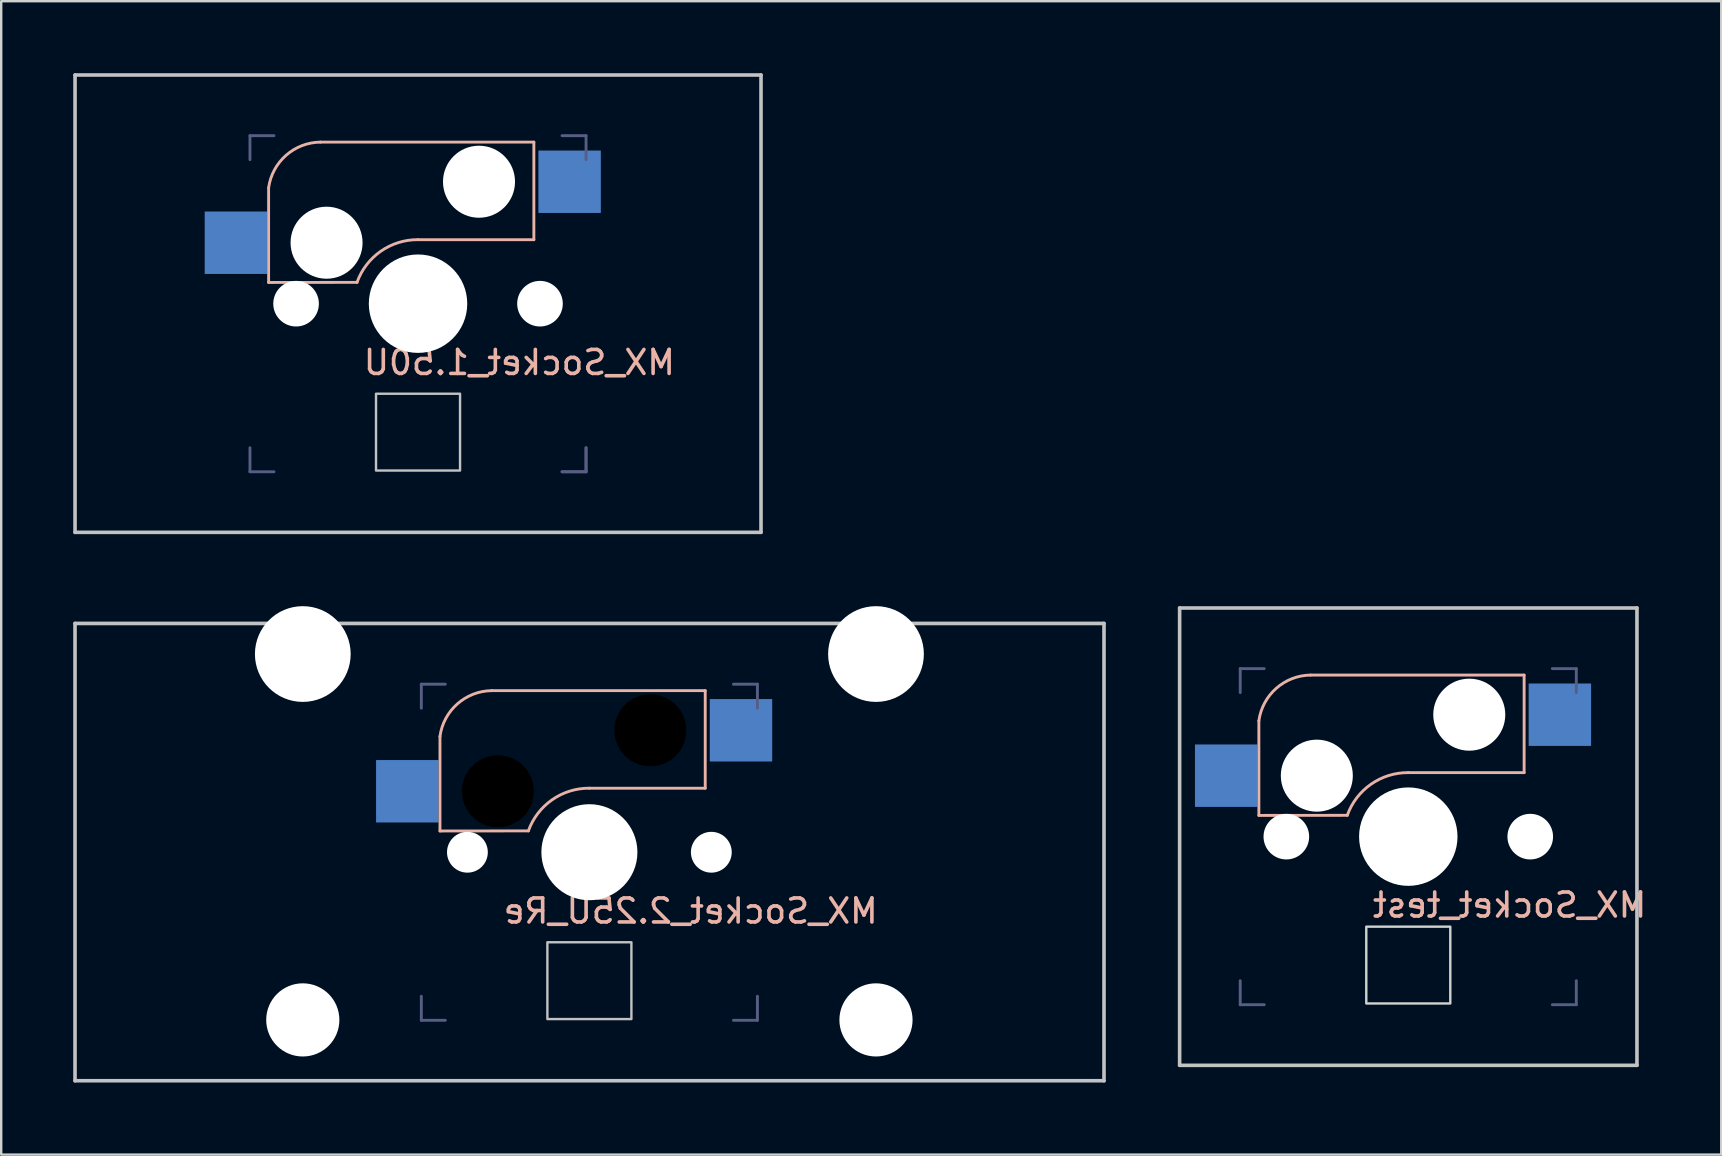
<source format=kicad_pcb>
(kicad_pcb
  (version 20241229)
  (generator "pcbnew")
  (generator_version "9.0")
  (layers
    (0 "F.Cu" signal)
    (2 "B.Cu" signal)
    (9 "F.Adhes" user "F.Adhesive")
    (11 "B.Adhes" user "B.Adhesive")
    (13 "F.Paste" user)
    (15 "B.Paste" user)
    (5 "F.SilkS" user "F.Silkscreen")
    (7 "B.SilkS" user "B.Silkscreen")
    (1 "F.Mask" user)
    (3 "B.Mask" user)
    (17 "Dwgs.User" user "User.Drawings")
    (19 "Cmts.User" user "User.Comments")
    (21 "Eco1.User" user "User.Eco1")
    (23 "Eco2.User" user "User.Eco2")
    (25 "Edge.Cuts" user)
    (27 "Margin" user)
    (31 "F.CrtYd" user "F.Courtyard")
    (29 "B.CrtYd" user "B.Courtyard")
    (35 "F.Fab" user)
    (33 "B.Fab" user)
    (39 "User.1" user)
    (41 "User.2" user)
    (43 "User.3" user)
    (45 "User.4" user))
  (footprint "MX_Socket_test"
    (layer "F.Cu")
    (at 55.612 31.8)
    (property "Reference" "MX_Socket_test" (at 4.22 2.85 0) (unlocked yes) (layer "B.SilkS") (effects (font (size 1 1) (thickness 0.15)) (justify mirror)))
    (attr smd)
    (fp_line (start -6.224 -0.884) (end -6.224 -4.825) (stroke (width 0.12) (type solid)) (layer "B.SilkS"))
    (fp_line (start -6.224 -0.884) (end -2.541 -0.888) (stroke (width 0.12) (type solid)) (layer "B.SilkS"))
    (fp_line (start -0.001 -2.666) (end 4.825 -2.666) (stroke (width 0.12) (type solid)) (layer "B.SilkS"))
    (fp_line (start 4.825 -6.73) (end -4.065 -6.73) (stroke (width 0.12) (type solid)) (layer "B.SilkS"))
    (fp_line (start 4.825 -2.666) (end 4.825 -6.73) (stroke (width 0.12) (type solid)) (layer "B.SilkS"))
    (fp_arc (start -6.224082 -4.825261) (mid -5.498787 -6.179195) (end -4.065082 -6.730261) (stroke (width 0.12) (type solid)) (layer "B.SilkS"))
    (fp_arc (start -2.541082 -0.888261) (mid -1.554773 -2.182533) (end -0.001082 -2.666261) (stroke (width 0.12) (type solid)) (layer "B.SilkS"))
    (fp_line (start -9.525 -9.525) (end 9.525 -9.525) (stroke (width 0.15) (type solid)) (layer "Dwgs.User"))
    (fp_line (start -9.525 9.525) (end -9.525 -9.525) (stroke (width 0.15) (type solid)) (layer "Dwgs.User"))
    (fp_line (start 9.525 -9.525) (end 9.525 9.525) (stroke (width 0.15) (type solid)) (layer "Dwgs.User"))
    (fp_line (start 9.525 9.525) (end -9.525 9.525) (stroke (width 0.15) (type solid)) (layer "Dwgs.User"))
    (fp_rect (start -1.75 3.75) (end 1.75 6.95) (stroke (width 0.1) (type default)) (fill no) (layer "Edge.Cuts"))
    (fp_line (start -7.001 -6.999) (end -6.001 -6.999) (stroke (width 0.12) (type solid)) (layer "B.Fab"))
    (fp_line (start -7.001 -5.999) (end -7.001 -6.999) (stroke (width 0.12) (type solid)) (layer "B.Fab"))
    (fp_line (start -7.001 6.001) (end -7.001 7.001) (stroke (width 0.12) (type solid)) (layer "B.Fab"))
    (fp_line (start -7.001 7.001) (end -6.001 7.001) (stroke (width 0.12) (type solid)) (layer "B.Fab"))
    (fp_line (start 5.999 7.001) (end 6.999 7.001) (stroke (width 0.12) (type solid)) (layer "B.Fab"))
    (fp_line (start 6.999 -6.999) (end 5.999 -6.999) (stroke (width 0.12) (type solid)) (layer "B.Fab"))
    (fp_line (start 6.999 -6.999) (end 6.999 -5.999) (stroke (width 0.12) (type solid)) (layer "B.Fab"))
    (fp_line (start 6.999 7.001) (end 6.999 6.001) (stroke (width 0.12) (type solid)) (layer "B.Fab"))
    (pad "" np_thru_hole circle (at -5.08 0) (size 1.9 1.9) (drill 1.9) (layers "*.Cu" "*.Mask"))
    (pad "" np_thru_hole circle (at -3.81 -2.54) (size 3 3) (drill 3) (layers "*.Cu" "*.Mask"))
    (pad "" np_thru_hole circle (at 0 0 90) (size 4.1 4.1) (drill 4.1) (layers "*.Cu" "*.Mask"))
    (pad "" np_thru_hole circle (at 2.54 -5.08) (size 3 3) (drill 3) (layers "*.Cu" "*.Mask"))
    (pad "" np_thru_hole circle (at 5.08 0) (size 1.9 1.9) (drill 1.9) (layers "*.Cu" "*.Mask"))
    (pad "1" smd rect (at 6.314 -5.079 180) (size 2.6 2.6) (layers "B.Cu" "B.Mask" "B.Paste"))
    (pad "2" smd rect (at -7.586 -2.539 180) (size 2.6 2.6) (layers "B.Cu" "B.Mask" "B.Paste")))
  (footprint "MX_Socket_1.50U"
    (layer "F.Cu")
    (at 14.363 9.6)
    (property "Reference" "MX_Socket_1.50U" (at 4.22 2.45 0) (unlocked yes) (layer "B.SilkS") (effects (font (size 1 1) (thickness 0.15)) (justify mirror)))
    (attr smd)
    (fp_line (start -6.224 -0.884) (end -6.224 -4.825) (stroke (width 0.12) (type solid)) (layer "B.SilkS"))
    (fp_line (start -6.224 -0.884) (end -2.541 -0.888) (stroke (width 0.12) (type solid)) (layer "B.SilkS"))
    (fp_line (start -0.001 -2.666) (end 4.825 -2.666) (stroke (width 0.12) (type solid)) (layer "B.SilkS"))
    (fp_line (start 4.825 -6.73) (end -4.065 -6.73) (stroke (width 0.12) (type solid)) (layer "B.SilkS"))
    (fp_line (start 4.825 -2.666) (end 4.825 -6.73) (stroke (width 0.12) (type solid)) (layer "B.SilkS"))
    (fp_arc (start -6.224082 -4.825261) (mid -5.498787 -6.179195) (end -4.065082 -6.730261) (stroke (width 0.12) (type solid)) (layer "B.SilkS"))
    (fp_arc (start -2.541082 -0.888261) (mid -1.554773 -2.182533) (end -0.001082 -2.666261) (stroke (width 0.12) (type solid)) (layer "B.SilkS"))
    (fp_line (start -14.287 -9.525) (end 14.287 -9.525) (stroke (width 0.15) (type solid)) (layer "Dwgs.User"))
    (fp_line (start -14.287 9.525) (end -14.287 -9.525) (stroke (width 0.15) (type solid)) (layer "Dwgs.User"))
    (fp_line (start 14.287 -9.525) (end 14.287 9.525) (stroke (width 0.15) (type solid)) (layer "Dwgs.User"))
    (fp_line (start 14.287 9.525) (end -14.287 9.525) (stroke (width 0.15) (type solid)) (layer "Dwgs.User"))
    (fp_rect (start -1.75 3.75) (end 1.75 6.95) (stroke (width 0.1) (type default)) (fill no) (layer "Dwgs.User"))
    (fp_line (start -7.001 -6.999) (end -6.001 -6.999) (stroke (width 0.12) (type solid)) (layer "B.Fab"))
    (fp_line (start -7.001 -5.999) (end -7.001 -6.999) (stroke (width 0.12) (type solid)) (layer "B.Fab"))
    (fp_line (start -7.001 6.001) (end -7.001 7.001) (stroke (width 0.12) (type solid)) (layer "B.Fab"))
    (fp_line (start -7.001 7.001) (end -6.001 7.001) (stroke (width 0.12) (type solid)) (layer "B.Fab"))
    (fp_line (start 5.999 7.001) (end 6.999 7.001) (stroke (width 0.12) (type solid)) (layer "B.Fab"))
    (fp_line (start 5.999 7.001) (end 6.999 7.001) (stroke (width 0.12) (type solid)) (layer "B.Fab"))
    (fp_line (start 6.999 -6.999) (end 5.999 -6.999) (stroke (width 0.12) (type solid)) (layer "B.Fab"))
    (fp_line (start 6.999 -6.999) (end 6.999 -5.999) (stroke (width 0.12) (type solid)) (layer "B.Fab"))
    (fp_line (start 6.999 7.001) (end 6.999 6.001) (stroke (width 0.12) (type solid)) (layer "B.Fab"))
    (fp_line (start 6.999 7.001) (end 6.999 6.001) (stroke (width 0.12) (type solid)) (layer "B.Fab"))
    (pad "" np_thru_hole circle (at -5.08 0) (size 1.9 1.9) (drill 1.9) (layers "*.Cu" "*.Mask"))
    (pad "" np_thru_hole circle (at -3.81 -2.54) (size 3 3) (drill 3) (layers "*.Cu" "*.Mask"))
    (pad "" np_thru_hole circle (at 0 0 90) (size 4.1 4.1) (drill 4.1) (layers "*.Cu" "*.Mask"))
    (pad "" np_thru_hole circle (at 2.54 -5.08) (size 3 3) (drill 3) (layers "*.Cu" "*.Mask"))
    (pad "" np_thru_hole circle (at 5.08 0) (size 1.9 1.9) (drill 1.9) (layers "*.Cu" "*.Mask"))
    (pad "1" smd rect (at 6.314 -5.079 180) (size 2.6 2.6) (layers "B.Cu" "B.Mask" "B.Paste"))
    (pad "2" smd rect (at -7.586 -2.539 180) (size 2.6 2.6) (layers "B.Cu" "B.Mask" "B.Paste")))
  (footprint "MX_Socket_2.25U_Re"
    (layer "F.Cu")
    (at 21.501 32.449)
    (property "Reference" "MX_Socket_2.25U_Re" (at 4.22 2.45 0) (unlocked yes) (layer "B.SilkS") (effects (font (size 1 1) (thickness 0.15)) (justify mirror)))
    (attr smd)
    (fp_line (start -6.224 -0.884) (end -6.224 -4.825) (stroke (width 0.12) (type solid)) (layer "B.SilkS"))
    (fp_line (start -6.224 -0.884) (end -2.541 -0.888) (stroke (width 0.12) (type solid)) (layer "B.SilkS"))
    (fp_line (start -0.001 -2.666) (end 4.825 -2.666) (stroke (width 0.12) (type solid)) (layer "B.SilkS"))
    (fp_line (start 4.825 -6.73) (end -4.065 -6.73) (stroke (width 0.12) (type solid)) (layer "B.SilkS"))
    (fp_line (start 4.825 -2.666) (end 4.825 -6.73) (stroke (width 0.12) (type solid)) (layer "B.SilkS"))
    (fp_arc (start -6.224082 -4.825261) (mid -5.498787 -6.179195) (end -4.065082 -6.730261) (stroke (width 0.12) (type solid)) (layer "B.SilkS"))
    (fp_arc (start -2.541082 -0.888261) (mid -1.554773 -2.182533) (end -0.001082 -2.666261) (stroke (width 0.12) (type solid)) (layer "B.SilkS"))
    (fp_line (start -21.426 -9.53) (end 21.436 -9.53) (stroke (width 0.15) (type solid)) (layer "Dwgs.User"))
    (fp_line (start -21.426 9.52) (end -21.426 -9.53) (stroke (width 0.15) (type solid)) (layer "Dwgs.User"))
    (fp_line (start 21.436 -9.53) (end 21.436 9.52) (stroke (width 0.15) (type solid)) (layer "Dwgs.User"))
    (fp_line (start 21.436 9.52) (end -21.426 9.52) (stroke (width 0.15) (type solid)) (layer "Dwgs.User"))
    (fp_rect (start -1.75 3.75) (end 1.75 6.95) (stroke (width 0.1) (type default)) (fill no) (layer "Dwgs.User"))
    (fp_line (start -7.001 -6.999) (end -6.001 -6.999) (stroke (width 0.12) (type solid)) (layer "B.Fab"))
    (fp_line (start -7.001 -5.999) (end -7.001 -6.999) (stroke (width 0.12) (type solid)) (layer "B.Fab"))
    (fp_line (start -7.001 6.001) (end -7.001 7.001) (stroke (width 0.12) (type solid)) (layer "B.Fab"))
    (fp_line (start -7.001 7.001) (end -6.001 7.001) (stroke (width 0.12) (type solid)) (layer "B.Fab"))
    (fp_line (start 5.999 7.001) (end 6.999 7.001) (stroke (width 0.12) (type solid)) (layer "B.Fab"))
    (fp_line (start 6.999 -6.999) (end 5.999 -6.999) (stroke (width 0.12) (type solid)) (layer "B.Fab"))
    (fp_line (start 6.999 -6.999) (end 6.999 -5.999) (stroke (width 0.12) (type solid)) (layer "B.Fab"))
    (fp_line (start 6.999 7.001) (end 6.999 6.001) (stroke (width 0.12) (type solid)) (layer "B.Fab"))
    (pad "" np_thru_hole circle (at -11.938 -8.255) (size 3.988 3.988) (drill 3.988) (layers "*.Cu" "*.Mask"))
    (pad "" np_thru_hole circle (at -11.938 6.985) (size 3.048 3.048) (drill 3.048) (layers "*.Cu" "*.Mask"))
    (pad "" np_thru_hole circle (at -5.081 0.001 90) (size 1.7 1.7) (drill 1.7) (layers "*.Cu" "*.Mask"))
    (pad "" np_thru_hole circle (at -3.811 -2.539 180) (size 3 3) (drill 3) (layers "*.Mask"))
    (pad "" np_thru_hole circle (at 0 0 270) (size 4 4) (drill 4) (layers "*.Cu" "*.Mask"))
    (pad "" np_thru_hole circle (at 2.539 -5.079 180) (size 3 3) (drill 3) (layers "*.Mask"))
    (pad "" np_thru_hole circle (at 5.079 0.001 90) (size 1.7 1.7) (drill 1.7) (layers "*.Cu" "*.Mask"))
    (pad "" np_thru_hole circle (at 11.938 -8.255) (size 3.988 3.988) (drill 3.988) (layers "*.Cu" "*.Mask"))
    (pad "" np_thru_hole circle (at 11.938 6.985) (size 3.048 3.048) (drill 3.048) (layers "*.Cu" "*.Mask"))
    (pad "1" smd rect (at 6.314 -5.079 180) (size 2.6 2.6) (layers "B.Cu" "B.Mask" "B.Paste"))
    (pad "2" smd rect (at -7.586 -2.539 180) (size 2.6 2.6) (layers "B.Cu" "B.Mask" "B.Paste")))
  (gr_rect
    (start -3 -3)
    (end 68.648 45.044)
    (stroke (width 0.1) (type default))
    (fill no)
    (layer "Edge.Cuts")))
</source>
